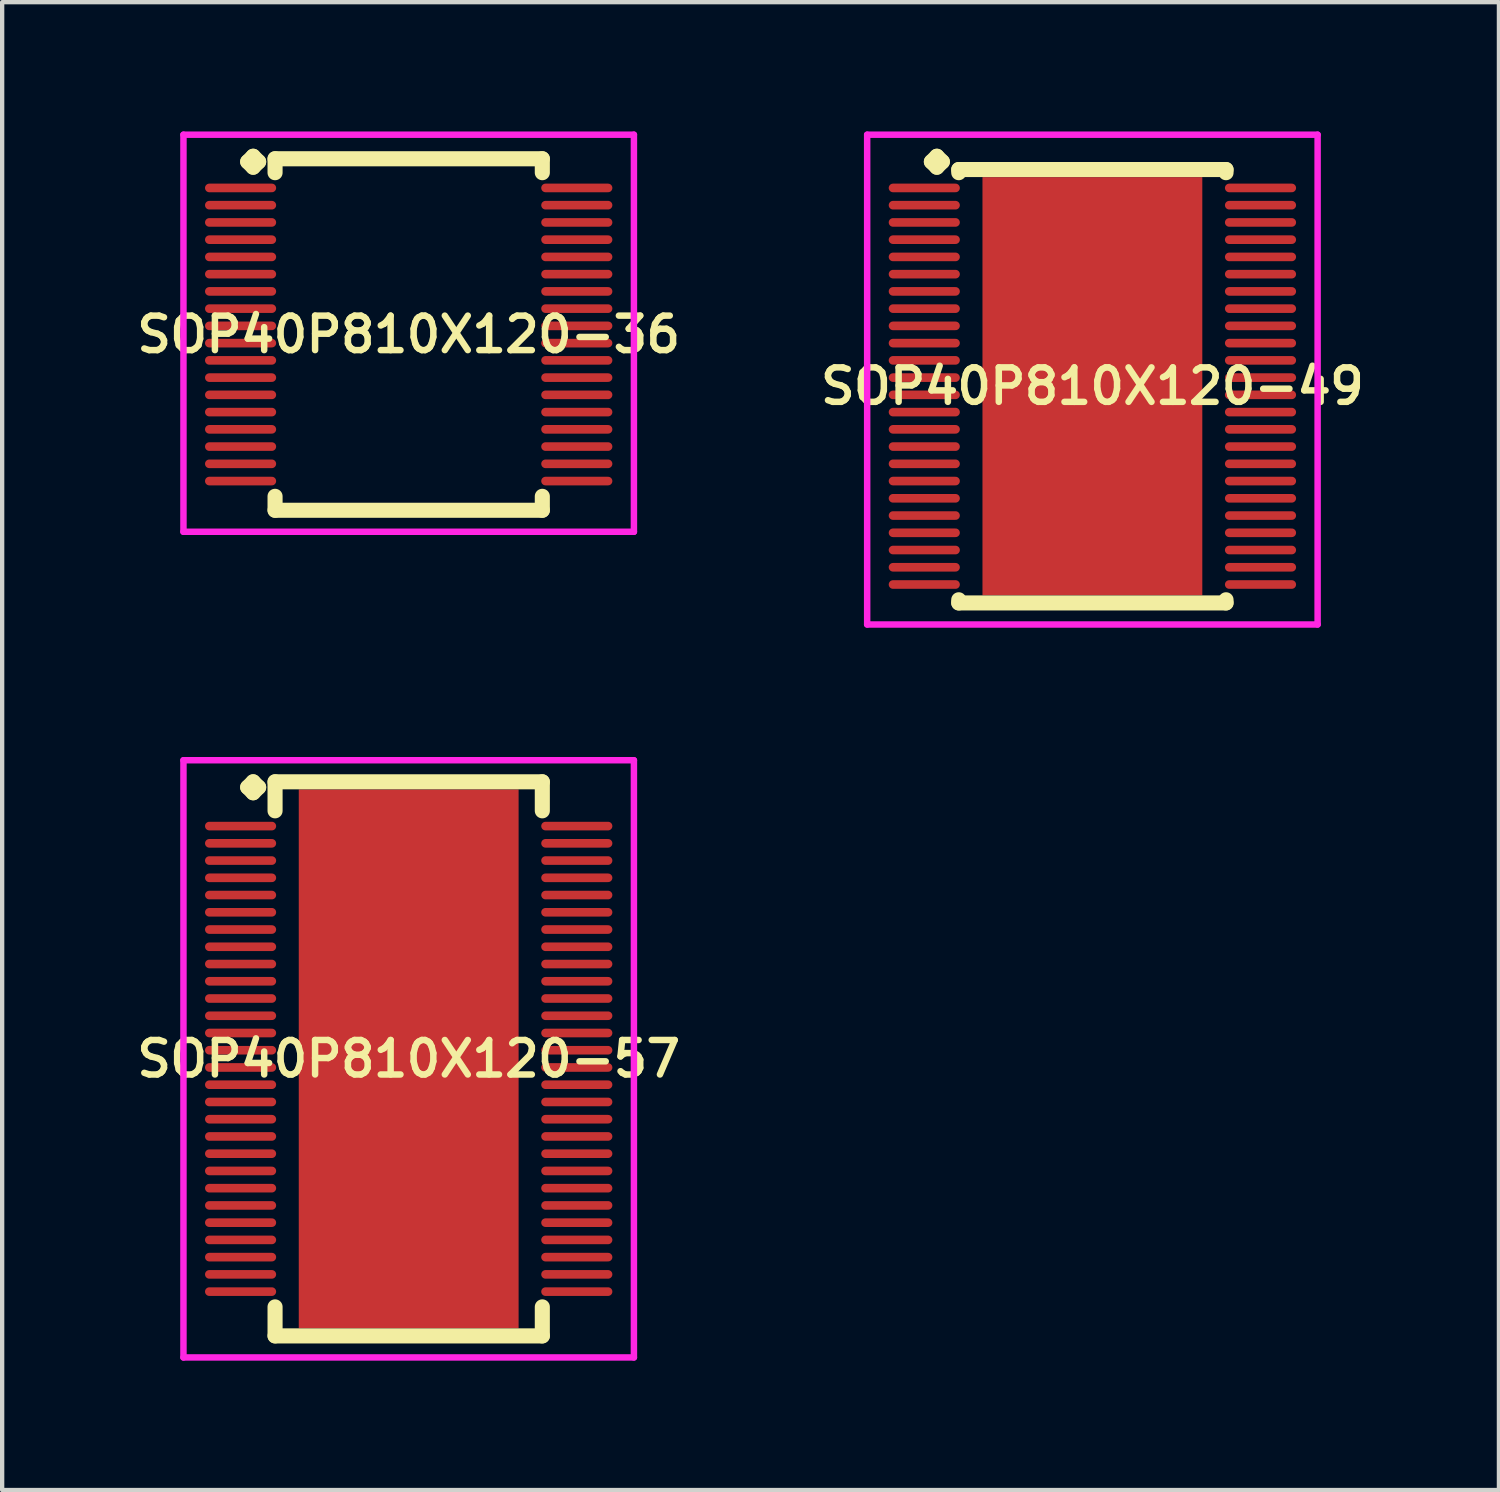
<source format=kicad_pcb>
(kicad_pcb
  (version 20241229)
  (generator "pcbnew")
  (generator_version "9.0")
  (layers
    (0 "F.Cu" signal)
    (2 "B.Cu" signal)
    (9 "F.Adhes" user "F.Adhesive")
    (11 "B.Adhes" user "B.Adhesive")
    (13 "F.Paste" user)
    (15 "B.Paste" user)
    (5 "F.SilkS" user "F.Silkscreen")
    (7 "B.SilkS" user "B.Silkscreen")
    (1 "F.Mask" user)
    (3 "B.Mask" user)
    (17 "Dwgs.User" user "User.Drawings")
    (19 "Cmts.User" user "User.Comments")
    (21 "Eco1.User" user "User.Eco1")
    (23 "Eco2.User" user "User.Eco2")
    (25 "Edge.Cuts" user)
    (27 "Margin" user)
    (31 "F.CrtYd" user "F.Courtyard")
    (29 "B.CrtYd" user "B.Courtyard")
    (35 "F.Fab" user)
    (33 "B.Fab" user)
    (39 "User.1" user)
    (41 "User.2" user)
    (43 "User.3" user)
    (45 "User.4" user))
  (footprint "SOP40P810X120-49"
    (layer "F.Cu")
    (at 22.292 5.91)
    (property "Reference" "SOP40P810X120-49" (at 0 0 0) (layer "F.SilkS") (effects (font (size 0.8 0.8) (thickness 0.15))))
    (attr smd)
    (fp_line (start -3.735 -5.208) (end -3.608 -5.335) (stroke (width 0.35) (type solid)) (layer "F.SilkS"))
    (fp_line (start -3.608 -5.335) (end -3.481 -5.208) (stroke (width 0.35) (type solid)) (layer "F.SilkS"))
    (fp_line (start -3.608 -5.081) (end -3.735 -5.208) (stroke (width 0.35) (type solid)) (layer "F.SilkS"))
    (fp_line (start -3.481 -5.208) (end -3.608 -5.081) (stroke (width 0.35) (type solid)) (layer "F.SilkS"))
    (fp_line (start -3.1 -5.027) (end 3.1 -5.027) (stroke (width 0.35) (type solid)) (layer "F.SilkS"))
    (fp_line (start -3.1 -4.954) (end -3.1 -5.027) (stroke (width 0.35) (type solid)) (layer "F.SilkS"))
    (fp_line (start -3.1 4.954) (end -3.1 5.027) (stroke (width 0.35) (type solid)) (layer "F.SilkS"))
    (fp_line (start -3.1 5.027) (end 3.1 5.027) (stroke (width 0.35) (type solid)) (layer "F.SilkS"))
    (fp_line (start 3.1 -5.027) (end 3.1 -4.954) (stroke (width 0.35) (type solid)) (layer "F.SilkS"))
    (fp_line (start 3.1 5.027) (end 3.1 4.954) (stroke (width 0.35) (type solid)) (layer "F.SilkS"))
    (fp_line (start -5.225 -5.835) (end 5.225 -5.835) (stroke (width 0.15) (type solid)) (layer "F.CrtYd"))
    (fp_line (start -5.225 5.527) (end -5.225 -5.835) (stroke (width 0.15) (type solid)) (layer "F.CrtYd"))
    (fp_line (start 5.225 -5.835) (end 5.225 5.527) (stroke (width 0.15) (type solid)) (layer "F.CrtYd"))
    (fp_line (start 5.225 5.527) (end -5.225 5.527) (stroke (width 0.15) (type solid)) (layer "F.CrtYd"))
    (pad "1" smd oval (at -3.9 -4.6) (size 1.65 0.2) (layers "F.Cu" "F.Mask" "F.Paste"))
    (pad "2" smd oval (at -3.9 -4.2) (size 1.65 0.2) (layers "F.Cu" "F.Mask" "F.Paste"))
    (pad "3" smd oval (at -3.9 -3.8) (size 1.65 0.2) (layers "F.Cu" "F.Mask" "F.Paste"))
    (pad "4" smd oval (at -3.9 -3.4) (size 1.65 0.2) (layers "F.Cu" "F.Mask" "F.Paste"))
    (pad "5" smd oval (at -3.9 -3) (size 1.65 0.2) (layers "F.Cu" "F.Mask" "F.Paste"))
    (pad "6" smd oval (at -3.9 -2.6) (size 1.65 0.2) (layers "F.Cu" "F.Mask" "F.Paste"))
    (pad "7" smd oval (at -3.9 -2.2) (size 1.65 0.2) (layers "F.Cu" "F.Mask" "F.Paste"))
    (pad "8" smd oval (at -3.9 -1.8) (size 1.65 0.2) (layers "F.Cu" "F.Mask" "F.Paste"))
    (pad "9" smd oval (at -3.9 -1.4) (size 1.65 0.2) (layers "F.Cu" "F.Mask" "F.Paste"))
    (pad "10" smd oval (at -3.9 -1) (size 1.65 0.2) (layers "F.Cu" "F.Mask" "F.Paste"))
    (pad "11" smd oval (at -3.9 -0.6) (size 1.65 0.2) (layers "F.Cu" "F.Mask" "F.Paste"))
    (pad "12" smd oval (at -3.9 -0.2) (size 1.65 0.2) (layers "F.Cu" "F.Mask" "F.Paste"))
    (pad "13" smd oval (at -3.9 0.2) (size 1.65 0.2) (layers "F.Cu" "F.Mask" "F.Paste"))
    (pad "14" smd oval (at -3.9 0.6) (size 1.65 0.2) (layers "F.Cu" "F.Mask" "F.Paste"))
    (pad "15" smd oval (at -3.9 1) (size 1.65 0.2) (layers "F.Cu" "F.Mask" "F.Paste"))
    (pad "16" smd oval (at -3.9 1.4) (size 1.65 0.2) (layers "F.Cu" "F.Mask" "F.Paste"))
    (pad "17" smd oval (at -3.9 1.8) (size 1.65 0.2) (layers "F.Cu" "F.Mask" "F.Paste"))
    (pad "18" smd oval (at -3.9 2.2) (size 1.65 0.2) (layers "F.Cu" "F.Mask" "F.Paste"))
    (pad "19" smd oval (at -3.9 2.6) (size 1.65 0.2) (layers "F.Cu" "F.Mask" "F.Paste"))
    (pad "20" smd oval (at -3.9 3) (size 1.65 0.2) (layers "F.Cu" "F.Mask" "F.Paste"))
    (pad "21" smd oval (at -3.9 3.4) (size 1.65 0.2) (layers "F.Cu" "F.Mask" "F.Paste"))
    (pad "22" smd oval (at -3.9 3.8) (size 1.65 0.2) (layers "F.Cu" "F.Mask" "F.Paste"))
    (pad "23" smd oval (at -3.9 4.2) (size 1.65 0.2) (layers "F.Cu" "F.Mask" "F.Paste"))
    (pad "24" smd oval (at -3.9 4.6) (size 1.65 0.2) (layers "F.Cu" "F.Mask" "F.Paste"))
    (pad "25" smd oval (at 3.9 4.6) (size 1.65 0.2) (layers "F.Cu" "F.Mask" "F.Paste"))
    (pad "26" smd oval (at 3.9 4.2) (size 1.65 0.2) (layers "F.Cu" "F.Mask" "F.Paste"))
    (pad "27" smd oval (at 3.9 3.8) (size 1.65 0.2) (layers "F.Cu" "F.Mask" "F.Paste"))
    (pad "28" smd oval (at 3.9 3.4) (size 1.65 0.2) (layers "F.Cu" "F.Mask" "F.Paste"))
    (pad "29" smd oval (at 3.9 3) (size 1.65 0.2) (layers "F.Cu" "F.Mask" "F.Paste"))
    (pad "30" smd oval (at 3.9 2.6) (size 1.65 0.2) (layers "F.Cu" "F.Mask" "F.Paste"))
    (pad "31" smd oval (at 3.9 2.2) (size 1.65 0.2) (layers "F.Cu" "F.Mask" "F.Paste"))
    (pad "32" smd oval (at 3.9 1.8) (size 1.65 0.2) (layers "F.Cu" "F.Mask" "F.Paste"))
    (pad "33" smd oval (at 3.9 1.4) (size 1.65 0.2) (layers "F.Cu" "F.Mask" "F.Paste"))
    (pad "34" smd oval (at 3.9 1) (size 1.65 0.2) (layers "F.Cu" "F.Mask" "F.Paste"))
    (pad "35" smd oval (at 3.9 0.6) (size 1.65 0.2) (layers "F.Cu" "F.Mask" "F.Paste"))
    (pad "36" smd oval (at 3.9 0.2) (size 1.65 0.2) (layers "F.Cu" "F.Mask" "F.Paste"))
    (pad "37" smd oval (at 3.9 -0.2) (size 1.65 0.2) (layers "F.Cu" "F.Mask" "F.Paste"))
    (pad "38" smd oval (at 3.9 -0.6) (size 1.65 0.2) (layers "F.Cu" "F.Mask" "F.Paste"))
    (pad "39" smd oval (at 3.9 -1) (size 1.65 0.2) (layers "F.Cu" "F.Mask" "F.Paste"))
    (pad "40" smd oval (at 3.9 -1.4) (size 1.65 0.2) (layers "F.Cu" "F.Mask" "F.Paste"))
    (pad "41" smd oval (at 3.9 -1.8) (size 1.65 0.2) (layers "F.Cu" "F.Mask" "F.Paste"))
    (pad "42" smd oval (at 3.9 -2.2) (size 1.65 0.2) (layers "F.Cu" "F.Mask" "F.Paste"))
    (pad "43" smd oval (at 3.9 -2.6) (size 1.65 0.2) (layers "F.Cu" "F.Mask" "F.Paste"))
    (pad "44" smd oval (at 3.9 -3) (size 1.65 0.2) (layers "F.Cu" "F.Mask" "F.Paste"))
    (pad "45" smd oval (at 3.9 -3.4) (size 1.65 0.2) (layers "F.Cu" "F.Mask" "F.Paste"))
    (pad "46" smd oval (at 3.9 -3.8) (size 1.65 0.2) (layers "F.Cu" "F.Mask" "F.Paste"))
    (pad "47" smd oval (at 3.9 -4.2) (size 1.65 0.2) (layers "F.Cu" "F.Mask" "F.Paste"))
    (pad "48" smd oval (at 3.9 -4.6) (size 1.65 0.2) (layers "F.Cu" "F.Mask" "F.Paste"))
    (pad "49" smd rect (at 0 0) (size 5.1 9.7) (layers "F.Cu" "F.Mask" "F.Paste")))
  (footprint "SOP40P810X120-36"
    (layer "F.Cu")
    (at 6.431 4.71)
    (property "Reference" "SOP40P810X120-36" (at 0 0 0) (layer "F.SilkS") (effects (font (size 0.8 0.8) (thickness 0.15))))
    (attr smd)
    (fp_line (start -3.735 -4.008) (end -3.608 -4.135) (stroke (width 0.35) (type solid)) (layer "F.SilkS"))
    (fp_line (start -3.608 -4.135) (end -3.481 -4.008) (stroke (width 0.35) (type solid)) (layer "F.SilkS"))
    (fp_line (start -3.608 -3.881) (end -3.735 -4.008) (stroke (width 0.35) (type solid)) (layer "F.SilkS"))
    (fp_line (start -3.481 -4.008) (end -3.608 -3.881) (stroke (width 0.35) (type solid)) (layer "F.SilkS"))
    (fp_line (start -3.1 -4.077) (end 3.1 -4.077) (stroke (width 0.35) (type solid)) (layer "F.SilkS"))
    (fp_line (start -3.1 -3.754) (end -3.1 -4.077) (stroke (width 0.35) (type solid)) (layer "F.SilkS"))
    (fp_line (start -3.1 3.754) (end -3.1 4.077) (stroke (width 0.35) (type solid)) (layer "F.SilkS"))
    (fp_line (start -3.1 4.077) (end 3.1 4.077) (stroke (width 0.35) (type solid)) (layer "F.SilkS"))
    (fp_line (start 3.1 -4.077) (end 3.1 -3.754) (stroke (width 0.35) (type solid)) (layer "F.SilkS"))
    (fp_line (start 3.1 4.077) (end 3.1 3.754) (stroke (width 0.35) (type solid)) (layer "F.SilkS"))
    (fp_line (start -5.225 -4.635) (end 5.225 -4.635) (stroke (width 0.15) (type solid)) (layer "F.CrtYd"))
    (fp_line (start -5.225 4.577) (end -5.225 -4.635) (stroke (width 0.15) (type solid)) (layer "F.CrtYd"))
    (fp_line (start 5.225 -4.635) (end 5.225 4.577) (stroke (width 0.15) (type solid)) (layer "F.CrtYd"))
    (fp_line (start 5.225 4.577) (end -5.225 4.577) (stroke (width 0.15) (type solid)) (layer "F.CrtYd"))
    (pad "1" smd oval (at -3.9 -3.4) (size 1.65 0.2) (layers "F.Cu" "F.Mask" "F.Paste"))
    (pad "2" smd oval (at -3.9 -3) (size 1.65 0.2) (layers "F.Cu" "F.Mask" "F.Paste"))
    (pad "3" smd oval (at -3.9 -2.6) (size 1.65 0.2) (layers "F.Cu" "F.Mask" "F.Paste"))
    (pad "4" smd oval (at -3.9 -2.2) (size 1.65 0.2) (layers "F.Cu" "F.Mask" "F.Paste"))
    (pad "5" smd oval (at -3.9 -1.8) (size 1.65 0.2) (layers "F.Cu" "F.Mask" "F.Paste"))
    (pad "6" smd oval (at -3.9 -1.4) (size 1.65 0.2) (layers "F.Cu" "F.Mask" "F.Paste"))
    (pad "7" smd oval (at -3.9 -1) (size 1.65 0.2) (layers "F.Cu" "F.Mask" "F.Paste"))
    (pad "8" smd oval (at -3.9 -0.6) (size 1.65 0.2) (layers "F.Cu" "F.Mask" "F.Paste"))
    (pad "9" smd oval (at -3.9 -0.2) (size 1.65 0.2) (layers "F.Cu" "F.Mask" "F.Paste"))
    (pad "10" smd oval (at -3.9 0.2) (size 1.65 0.2) (layers "F.Cu" "F.Mask" "F.Paste"))
    (pad "11" smd oval (at -3.9 0.6) (size 1.65 0.2) (layers "F.Cu" "F.Mask" "F.Paste"))
    (pad "12" smd oval (at -3.9 1) (size 1.65 0.2) (layers "F.Cu" "F.Mask" "F.Paste"))
    (pad "13" smd oval (at -3.9 1.4) (size 1.65 0.2) (layers "F.Cu" "F.Mask" "F.Paste"))
    (pad "14" smd oval (at -3.9 1.8) (size 1.65 0.2) (layers "F.Cu" "F.Mask" "F.Paste"))
    (pad "15" smd oval (at -3.9 2.2) (size 1.65 0.2) (layers "F.Cu" "F.Mask" "F.Paste"))
    (pad "16" smd oval (at -3.9 2.6) (size 1.65 0.2) (layers "F.Cu" "F.Mask" "F.Paste"))
    (pad "17" smd oval (at -3.9 3) (size 1.65 0.2) (layers "F.Cu" "F.Mask" "F.Paste"))
    (pad "18" smd oval (at -3.9 3.4) (size 1.65 0.2) (layers "F.Cu" "F.Mask" "F.Paste"))
    (pad "19" smd oval (at 3.9 3.4) (size 1.65 0.2) (layers "F.Cu" "F.Mask" "F.Paste"))
    (pad "20" smd oval (at 3.9 3) (size 1.65 0.2) (layers "F.Cu" "F.Mask" "F.Paste"))
    (pad "21" smd oval (at 3.9 2.6) (size 1.65 0.2) (layers "F.Cu" "F.Mask" "F.Paste"))
    (pad "22" smd oval (at 3.9 2.2) (size 1.65 0.2) (layers "F.Cu" "F.Mask" "F.Paste"))
    (pad "23" smd oval (at 3.9 1.8) (size 1.65 0.2) (layers "F.Cu" "F.Mask" "F.Paste"))
    (pad "24" smd oval (at 3.9 1.4) (size 1.65 0.2) (layers "F.Cu" "F.Mask" "F.Paste"))
    (pad "25" smd oval (at 3.9 1) (size 1.65 0.2) (layers "F.Cu" "F.Mask" "F.Paste"))
    (pad "26" smd oval (at 3.9 0.6) (size 1.65 0.2) (layers "F.Cu" "F.Mask" "F.Paste"))
    (pad "27" smd oval (at 3.9 0.2) (size 1.65 0.2) (layers "F.Cu" "F.Mask" "F.Paste"))
    (pad "28" smd oval (at 3.9 -0.2) (size 1.65 0.2) (layers "F.Cu" "F.Mask" "F.Paste"))
    (pad "29" smd oval (at 3.9 -0.6) (size 1.65 0.2) (layers "F.Cu" "F.Mask" "F.Paste"))
    (pad "30" smd oval (at 3.9 -1) (size 1.65 0.2) (layers "F.Cu" "F.Mask" "F.Paste"))
    (pad "31" smd oval (at 3.9 -1.4) (size 1.65 0.2) (layers "F.Cu" "F.Mask" "F.Paste"))
    (pad "32" smd oval (at 3.9 -1.8) (size 1.65 0.2) (layers "F.Cu" "F.Mask" "F.Paste"))
    (pad "33" smd oval (at 3.9 -2.2) (size 1.65 0.2) (layers "F.Cu" "F.Mask" "F.Paste"))
    (pad "34" smd oval (at 3.9 -2.6) (size 1.65 0.2) (layers "F.Cu" "F.Mask" "F.Paste"))
    (pad "35" smd oval (at 3.9 -3) (size 1.65 0.2) (layers "F.Cu" "F.Mask" "F.Paste"))
    (pad "36" smd oval (at 3.9 -3.4) (size 1.65 0.2) (layers "F.Cu" "F.Mask" "F.Paste")))
  (footprint "SOP40P810X120-57"
    (layer "F.Cu")
    (at 6.431 21.514)
    (property "Reference" "SOP40P810X120-57" (at 0 0 0) (layer "F.SilkS") (effects (font (size 0.8 0.8) (thickness 0.15))))
    (attr smd)
    (fp_line (start -3.735 -6.3) (end -3.608 -6.427) (stroke (width 0.35) (type solid)) (layer "F.SilkS"))
    (fp_line (start -3.608 -6.427) (end -3.481 -6.3) (stroke (width 0.35) (type solid)) (layer "F.SilkS"))
    (fp_line (start -3.608 -6.173) (end -3.735 -6.3) (stroke (width 0.35) (type solid)) (layer "F.SilkS"))
    (fp_line (start -3.481 -6.3) (end -3.608 -6.173) (stroke (width 0.35) (type solid)) (layer "F.SilkS"))
    (fp_line (start -3.1 -6.427) (end 3.1 -6.427) (stroke (width 0.35) (type solid)) (layer "F.SilkS"))
    (fp_line (start -3.1 -5.754) (end -3.1 -6.427) (stroke (width 0.35) (type solid)) (layer "F.SilkS"))
    (fp_line (start -3.1 5.754) (end -3.1 6.427) (stroke (width 0.35) (type solid)) (layer "F.SilkS"))
    (fp_line (start -3.1 6.427) (end 3.1 6.427) (stroke (width 0.35) (type solid)) (layer "F.SilkS"))
    (fp_line (start 3.1 -6.427) (end 3.1 -5.754) (stroke (width 0.35) (type solid)) (layer "F.SilkS"))
    (fp_line (start 3.1 6.427) (end 3.1 5.754) (stroke (width 0.35) (type solid)) (layer "F.SilkS"))
    (fp_line (start -5.225 -6.927) (end 5.225 -6.927) (stroke (width 0.15) (type solid)) (layer "F.CrtYd"))
    (fp_line (start -5.225 6.927) (end -5.225 -6.927) (stroke (width 0.15) (type solid)) (layer "F.CrtYd"))
    (fp_line (start 5.225 -6.927) (end 5.225 6.927) (stroke (width 0.15) (type solid)) (layer "F.CrtYd"))
    (fp_line (start 5.225 6.927) (end -5.225 6.927) (stroke (width 0.15) (type solid)) (layer "F.CrtYd"))
    (pad "1" smd oval (at -3.9 -5.4) (size 1.65 0.2) (layers "F.Cu" "F.Mask" "F.Paste"))
    (pad "2" smd oval (at -3.9 -5) (size 1.65 0.2) (layers "F.Cu" "F.Mask" "F.Paste"))
    (pad "3" smd oval (at -3.9 -4.6) (size 1.65 0.2) (layers "F.Cu" "F.Mask" "F.Paste"))
    (pad "4" smd oval (at -3.9 -4.2) (size 1.65 0.2) (layers "F.Cu" "F.Mask" "F.Paste"))
    (pad "5" smd oval (at -3.9 -3.8) (size 1.65 0.2) (layers "F.Cu" "F.Mask" "F.Paste"))
    (pad "6" smd oval (at -3.9 -3.4) (size 1.65 0.2) (layers "F.Cu" "F.Mask" "F.Paste"))
    (pad "7" smd oval (at -3.9 -3) (size 1.65 0.2) (layers "F.Cu" "F.Mask" "F.Paste"))
    (pad "8" smd oval (at -3.9 -2.6) (size 1.65 0.2) (layers "F.Cu" "F.Mask" "F.Paste"))
    (pad "9" smd oval (at -3.9 -2.2) (size 1.65 0.2) (layers "F.Cu" "F.Mask" "F.Paste"))
    (pad "10" smd oval (at -3.9 -1.8) (size 1.65 0.2) (layers "F.Cu" "F.Mask" "F.Paste"))
    (pad "11" smd oval (at -3.9 -1.4) (size 1.65 0.2) (layers "F.Cu" "F.Mask" "F.Paste"))
    (pad "12" smd oval (at -3.9 -1) (size 1.65 0.2) (layers "F.Cu" "F.Mask" "F.Paste"))
    (pad "13" smd oval (at -3.9 -0.6) (size 1.65 0.2) (layers "F.Cu" "F.Mask" "F.Paste"))
    (pad "14" smd oval (at -3.9 -0.2) (size 1.65 0.2) (layers "F.Cu" "F.Mask" "F.Paste"))
    (pad "15" smd oval (at -3.9 0.2) (size 1.65 0.2) (layers "F.Cu" "F.Mask" "F.Paste"))
    (pad "16" smd oval (at -3.9 0.6) (size 1.65 0.2) (layers "F.Cu" "F.Mask" "F.Paste"))
    (pad "17" smd oval (at -3.9 1) (size 1.65 0.2) (layers "F.Cu" "F.Mask" "F.Paste"))
    (pad "18" smd oval (at -3.9 1.4) (size 1.65 0.2) (layers "F.Cu" "F.Mask" "F.Paste"))
    (pad "19" smd oval (at -3.9 1.8) (size 1.65 0.2) (layers "F.Cu" "F.Mask" "F.Paste"))
    (pad "20" smd oval (at -3.9 2.2) (size 1.65 0.2) (layers "F.Cu" "F.Mask" "F.Paste"))
    (pad "21" smd oval (at -3.9 2.6) (size 1.65 0.2) (layers "F.Cu" "F.Mask" "F.Paste"))
    (pad "22" smd oval (at -3.9 3) (size 1.65 0.2) (layers "F.Cu" "F.Mask" "F.Paste"))
    (pad "23" smd oval (at -3.9 3.4) (size 1.65 0.2) (layers "F.Cu" "F.Mask" "F.Paste"))
    (pad "24" smd oval (at -3.9 3.8) (size 1.65 0.2) (layers "F.Cu" "F.Mask" "F.Paste"))
    (pad "25" smd oval (at -3.9 4.2) (size 1.65 0.2) (layers "F.Cu" "F.Mask" "F.Paste"))
    (pad "26" smd oval (at -3.9 4.6) (size 1.65 0.2) (layers "F.Cu" "F.Mask" "F.Paste"))
    (pad "27" smd oval (at -3.9 5) (size 1.65 0.2) (layers "F.Cu" "F.Mask" "F.Paste"))
    (pad "28" smd oval (at -3.9 5.4) (size 1.65 0.2) (layers "F.Cu" "F.Mask" "F.Paste"))
    (pad "29" smd oval (at 3.9 5.4) (size 1.65 0.2) (layers "F.Cu" "F.Mask" "F.Paste"))
    (pad "30" smd oval (at 3.9 5) (size 1.65 0.2) (layers "F.Cu" "F.Mask" "F.Paste"))
    (pad "31" smd oval (at 3.9 4.6) (size 1.65 0.2) (layers "F.Cu" "F.Mask" "F.Paste"))
    (pad "32" smd oval (at 3.9 4.2) (size 1.65 0.2) (layers "F.Cu" "F.Mask" "F.Paste"))
    (pad "33" smd oval (at 3.9 3.8) (size 1.65 0.2) (layers "F.Cu" "F.Mask" "F.Paste"))
    (pad "34" smd oval (at 3.9 3.4) (size 1.65 0.2) (layers "F.Cu" "F.Mask" "F.Paste"))
    (pad "35" smd oval (at 3.9 3) (size 1.65 0.2) (layers "F.Cu" "F.Mask" "F.Paste"))
    (pad "36" smd oval (at 3.9 2.6) (size 1.65 0.2) (layers "F.Cu" "F.Mask" "F.Paste"))
    (pad "37" smd oval (at 3.9 2.2) (size 1.65 0.2) (layers "F.Cu" "F.Mask" "F.Paste"))
    (pad "38" smd oval (at 3.9 1.8) (size 1.65 0.2) (layers "F.Cu" "F.Mask" "F.Paste"))
    (pad "39" smd oval (at 3.9 1.4) (size 1.65 0.2) (layers "F.Cu" "F.Mask" "F.Paste"))
    (pad "40" smd oval (at 3.9 1) (size 1.65 0.2) (layers "F.Cu" "F.Mask" "F.Paste"))
    (pad "41" smd oval (at 3.9 0.6) (size 1.65 0.2) (layers "F.Cu" "F.Mask" "F.Paste"))
    (pad "42" smd oval (at 3.9 0.2) (size 1.65 0.2) (layers "F.Cu" "F.Mask" "F.Paste"))
    (pad "43" smd oval (at 3.9 -0.2) (size 1.65 0.2) (layers "F.Cu" "F.Mask" "F.Paste"))
    (pad "44" smd oval (at 3.9 -0.6) (size 1.65 0.2) (layers "F.Cu" "F.Mask" "F.Paste"))
    (pad "45" smd oval (at 3.9 -1) (size 1.65 0.2) (layers "F.Cu" "F.Mask" "F.Paste"))
    (pad "46" smd oval (at 3.9 -1.4) (size 1.65 0.2) (layers "F.Cu" "F.Mask" "F.Paste"))
    (pad "47" smd oval (at 3.9 -1.8) (size 1.65 0.2) (layers "F.Cu" "F.Mask" "F.Paste"))
    (pad "48" smd oval (at 3.9 -2.2) (size 1.65 0.2) (layers "F.Cu" "F.Mask" "F.Paste"))
    (pad "49" smd oval (at 3.9 -2.6) (size 1.65 0.2) (layers "F.Cu" "F.Mask" "F.Paste"))
    (pad "50" smd oval (at 3.9 -3) (size 1.65 0.2) (layers "F.Cu" "F.Mask" "F.Paste"))
    (pad "51" smd oval (at 3.9 -3.4) (size 1.65 0.2) (layers "F.Cu" "F.Mask" "F.Paste"))
    (pad "52" smd oval (at 3.9 -3.8) (size 1.65 0.2) (layers "F.Cu" "F.Mask" "F.Paste"))
    (pad "53" smd oval (at 3.9 -4.2) (size 1.65 0.2) (layers "F.Cu" "F.Mask" "F.Paste"))
    (pad "54" smd oval (at 3.9 -4.6) (size 1.65 0.2) (layers "F.Cu" "F.Mask" "F.Paste"))
    (pad "55" smd oval (at 3.9 -5) (size 1.65 0.2) (layers "F.Cu" "F.Mask" "F.Paste"))
    (pad "56" smd oval (at 3.9 -5.4) (size 1.65 0.2) (layers "F.Cu" "F.Mask" "F.Paste"))
    (pad "57" smd rect (at 0 0) (size 5.1 12.5) (layers "F.Cu" "F.Mask" "F.Paste")))
  (gr_rect
    (start -3 -3)
    (end 31.723 31.516)
    (stroke (width 0.1) (type default))
    (fill no)
    (layer "Edge.Cuts")))
</source>
